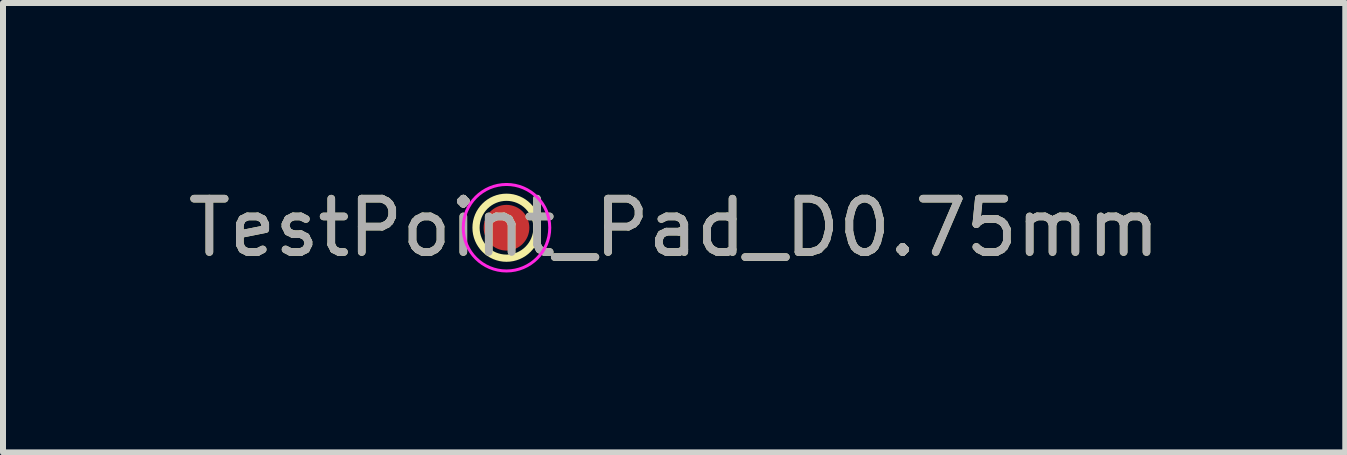
<source format=kicad_pcb>
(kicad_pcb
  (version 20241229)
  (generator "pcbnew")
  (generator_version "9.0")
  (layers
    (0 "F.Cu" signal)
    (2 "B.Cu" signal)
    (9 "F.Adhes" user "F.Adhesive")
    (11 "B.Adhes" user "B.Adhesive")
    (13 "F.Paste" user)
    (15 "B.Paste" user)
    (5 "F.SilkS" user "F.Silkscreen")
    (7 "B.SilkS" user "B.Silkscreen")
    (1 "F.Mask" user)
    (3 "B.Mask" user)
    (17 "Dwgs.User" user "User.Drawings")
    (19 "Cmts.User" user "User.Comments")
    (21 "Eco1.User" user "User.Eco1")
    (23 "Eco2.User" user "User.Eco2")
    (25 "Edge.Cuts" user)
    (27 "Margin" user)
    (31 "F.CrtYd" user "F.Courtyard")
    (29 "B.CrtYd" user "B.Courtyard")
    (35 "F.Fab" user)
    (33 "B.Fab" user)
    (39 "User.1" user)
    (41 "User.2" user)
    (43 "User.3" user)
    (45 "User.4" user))
  (footprint "TestPoint_Pad_D0.75mm"
    (layer "F.Cu")
    (at 5.393 0.746)
    (property "Reference" "TestPoint_Pad_D0.75mm" (at 2.794 0 0) (layer "F.SilkS") (effects (font (size 0.889 0.889) (thickness 0.127))))
    (attr exclude_from_pos_files exclude_from_bom)
    (fp_circle (center 0 0) (end 0.508 0) (stroke (width 0.12) (type solid)) (fill no) (layer "F.SilkS"))
    (fp_circle (center 0 0) (end 0.721 0) (stroke (width 0.05) (type solid)) (fill no) (layer "F.CrtYd"))
    (fp_text user "${REFERENCE}" (at 2.794 0 0) (layer "F.Fab") (effects (font (size 0.889 0.889) (thickness 0.127))))
    (pad "1" smd circle (at 0 0) (size 0.762 0.762) (layers "F.Cu" "F.Mask")))
  (gr_rect
    (start -3 -3)
    (end 19.375 4.491)
    (stroke (width 0.1) (type default))
    (fill no)
    (layer "Edge.Cuts")))
</source>
